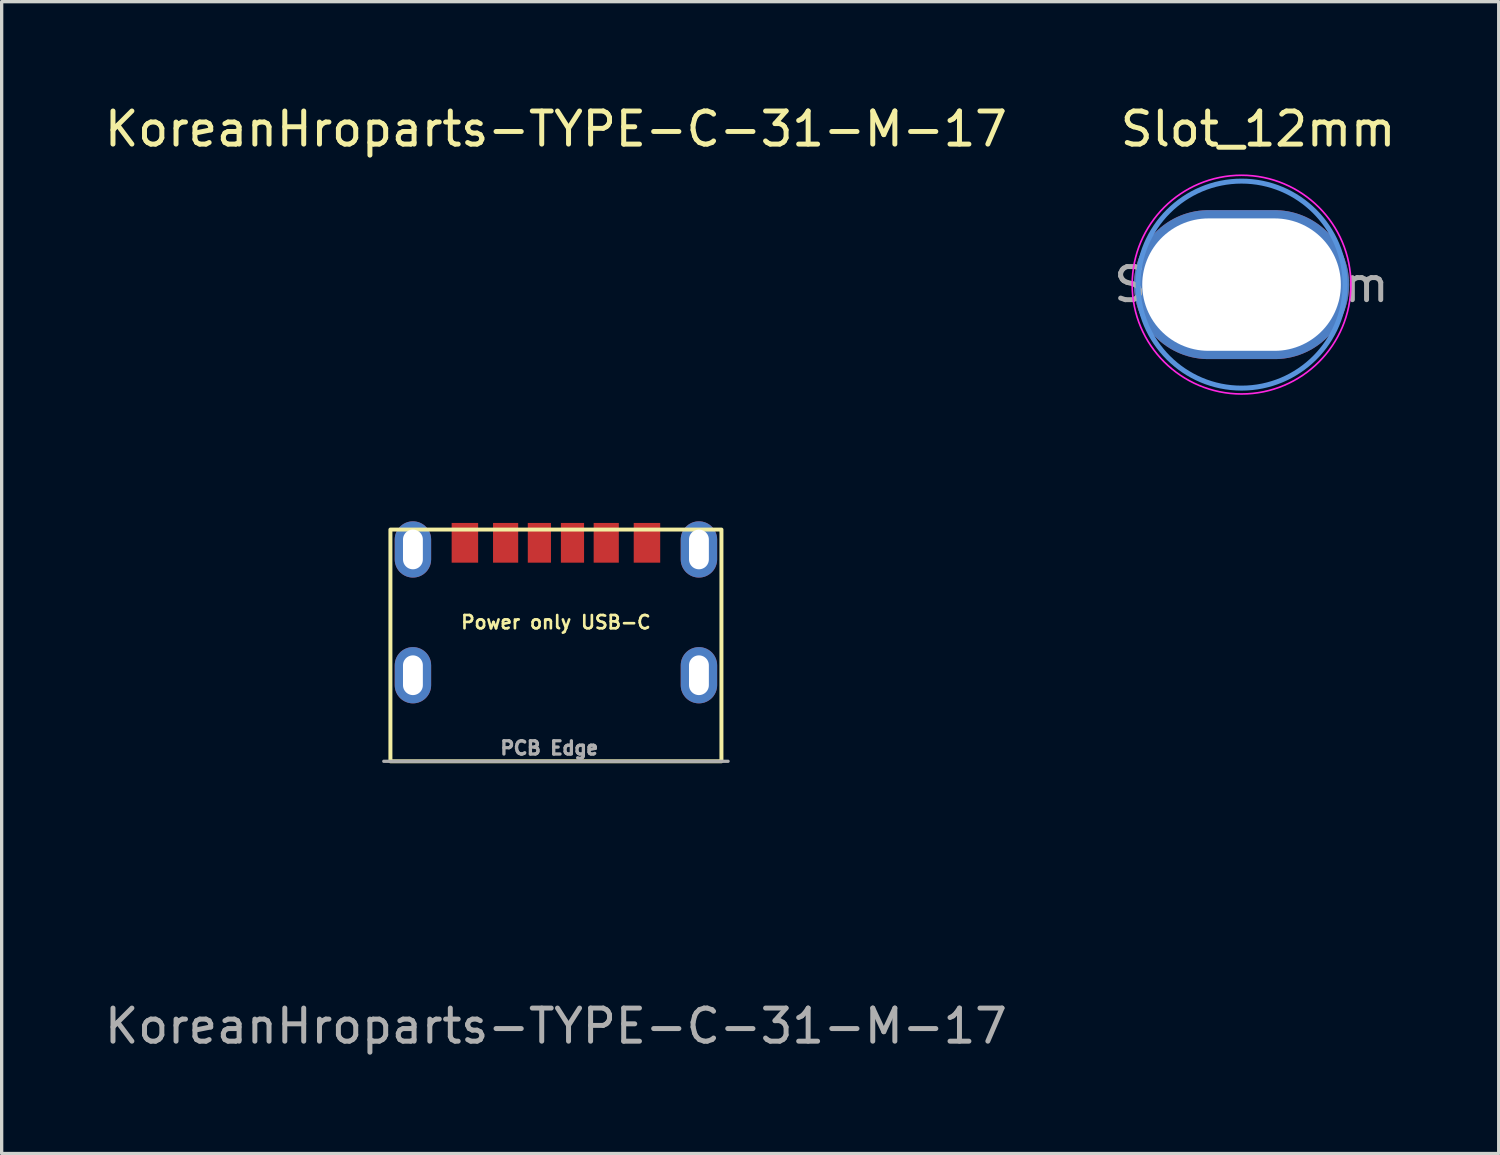
<source format=kicad_pcb>
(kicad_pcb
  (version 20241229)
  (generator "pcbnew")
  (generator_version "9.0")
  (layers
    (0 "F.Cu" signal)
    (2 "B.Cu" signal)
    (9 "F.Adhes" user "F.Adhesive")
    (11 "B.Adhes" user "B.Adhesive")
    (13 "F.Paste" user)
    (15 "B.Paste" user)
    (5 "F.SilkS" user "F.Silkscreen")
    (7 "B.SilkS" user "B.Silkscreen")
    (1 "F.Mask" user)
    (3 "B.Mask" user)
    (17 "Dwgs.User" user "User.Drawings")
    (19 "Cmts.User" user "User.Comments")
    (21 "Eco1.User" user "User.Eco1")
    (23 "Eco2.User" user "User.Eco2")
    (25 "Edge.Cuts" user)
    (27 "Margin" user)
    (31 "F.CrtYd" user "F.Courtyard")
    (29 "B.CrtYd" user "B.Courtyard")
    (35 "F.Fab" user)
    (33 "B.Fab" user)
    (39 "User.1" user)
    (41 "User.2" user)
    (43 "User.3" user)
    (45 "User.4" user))
  (footprint "KoreanHroparts-TYPE-C-31-M-17"
    (layer "F.Cu")
    (at 13.744 13.548)
    (property "Reference" "KoreanHroparts-TYPE-C-31-M-17" (at 0 -12.7 0) (unlocked yes) (layer "F.SilkS") (effects (font (size 1 1) (thickness 0.15))))
    (fp_rect (start -5 -0.6) (end 5 6.4) (stroke (width 0.12) (type solid)) (fill no) (layer "F.SilkS"))
    (fp_line (start -5.2 6.4) (end 5.2 6.4) (stroke (width 0.1) (type solid)) (layer "F.Fab"))
    (fp_text user "Power only USB-C" (at 0 2.2 0) (unlocked yes) (layer "F.SilkS") (effects (font (size 0.4 0.4) (thickness 0.08))))
    (fp_text user "${REFERENCE}" (at 0 14.4 0) (unlocked yes) (layer "F.Fab") (effects (font (size 1 1) (thickness 0.15))))
    (fp_text user "PCB Edge" (at -0.2 6 0) (unlocked yes) (layer "F.Fab") (effects (font (size 0.4 0.4) (thickness 0.1))))
    (pad "7" thru_hole oval (at -4.32 0) (size 1.1 1.7) (drill oval 0.6 1.2) (layers "*.Cu" "*.Mask" "F.Paste"))
    (pad "8" thru_hole oval (at 4.32 0) (size 1.1 1.7) (drill oval 0.6 1.2) (layers "*.Cu" "*.Mask" "F.Paste"))
    (pad "9" thru_hole oval (at 4.32 3.8) (size 1.1 1.7) (drill oval 0.6 1.2) (layers "*.Cu" "*.Mask" "F.Paste"))
    (pad "10" thru_hole oval (at -4.32 3.8) (size 1.1 1.7) (drill oval 0.6 1.2) (layers "*.Cu" "*.Mask" "F.Paste"))
    (pad "A5" smd rect (at -0.5 -0.2) (size 0.7 1.2) (layers "F.Cu" "F.Mask" "F.Paste"))
    (pad "A9" smd rect (at 1.52 -0.2) (size 0.76 1.2) (layers "F.Cu" "F.Mask" "F.Paste"))
    (pad "A12" smd rect (at 2.75 -0.2) (size 0.8 1.2) (layers "F.Cu" "F.Mask" "F.Paste"))
    (pad "B5" smd rect (at 0.5 -0.2) (size 0.7 1.2) (layers "F.Cu" "F.Mask" "F.Paste"))
    (pad "B9" smd rect (at -1.52 -0.2) (size 0.76 1.2) (layers "F.Cu" "F.Mask" "F.Paste"))
    (pad "B12" smd rect (at -2.75 -0.2) (size 0.8 1.2) (layers "F.Cu" "F.Mask" "F.Paste")))
  (footprint "Slot_12mm"
    (layer "F.Cu")
    (at 34.456 5.548)
    (property "Reference" "Slot_12mm" (at 0.5 -4.7 180) (layer "F.SilkS") (effects (font (size 1 1) (thickness 0.15))))
    (attr exclude_from_pos_files exclude_from_bom)
    (fp_circle (center 0 0) (end 3.124 0.127) (stroke (width 0.15) (type solid)) (fill no) (layer "Cmts.User"))
    (fp_circle (center 0 0) (end 3.302 0.102) (stroke (width 0.05) (type solid)) (fill no) (layer "F.CrtYd"))
    (fp_text user "${REFERENCE}" (at 0.3 0 180) (layer "F.Fab") (effects (font (size 1 1) (thickness 0.15))))
    (pad "5" thru_hole oval (at 0 0) (size 6.5 4.5) (drill oval 6 4) (layers "*.Cu" "*.Mask")))
  (gr_rect
    (start -3 -3)
    (end 42.224 31.797)
    (stroke (width 0.1) (type default))
    (fill no)
    (layer "Edge.Cuts")))
</source>
